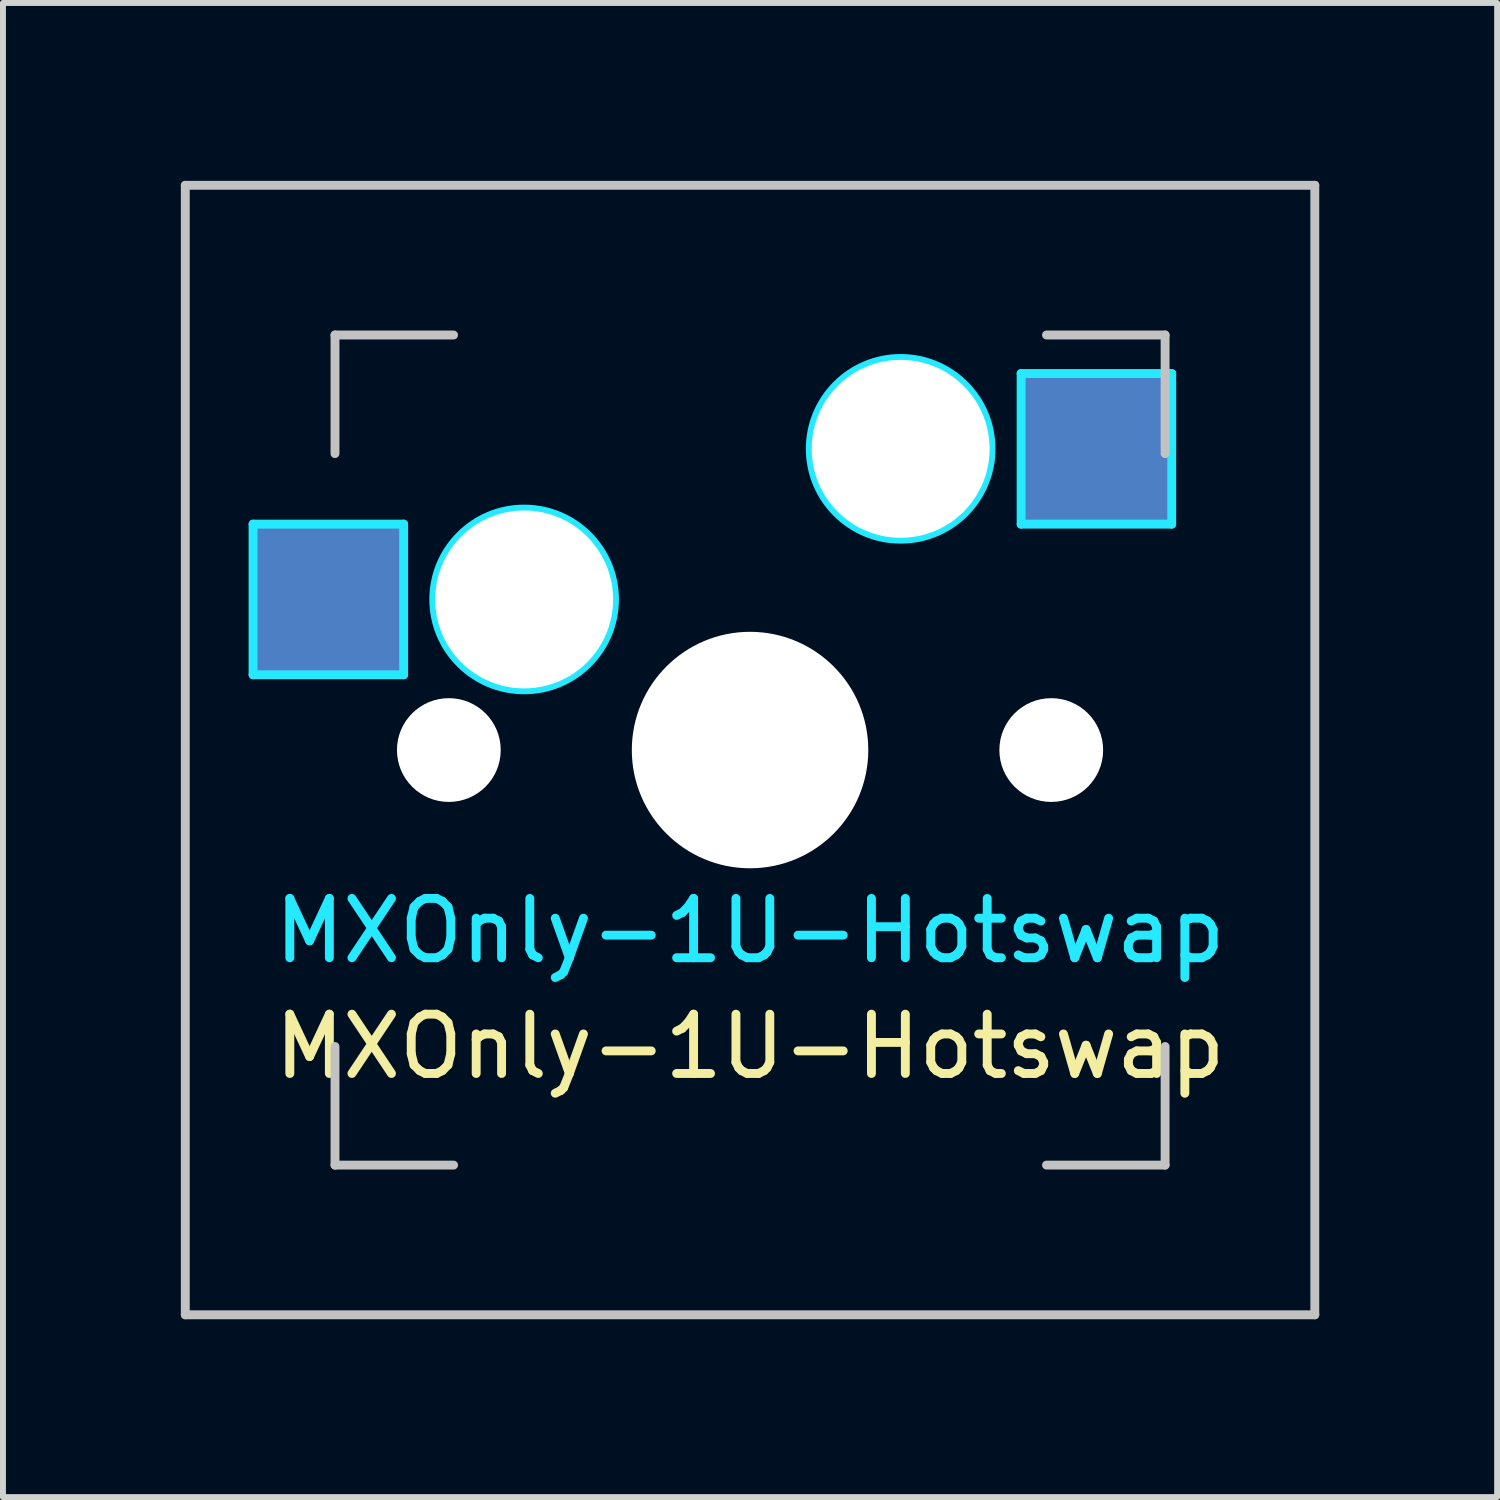
<source format=kicad_pcb>
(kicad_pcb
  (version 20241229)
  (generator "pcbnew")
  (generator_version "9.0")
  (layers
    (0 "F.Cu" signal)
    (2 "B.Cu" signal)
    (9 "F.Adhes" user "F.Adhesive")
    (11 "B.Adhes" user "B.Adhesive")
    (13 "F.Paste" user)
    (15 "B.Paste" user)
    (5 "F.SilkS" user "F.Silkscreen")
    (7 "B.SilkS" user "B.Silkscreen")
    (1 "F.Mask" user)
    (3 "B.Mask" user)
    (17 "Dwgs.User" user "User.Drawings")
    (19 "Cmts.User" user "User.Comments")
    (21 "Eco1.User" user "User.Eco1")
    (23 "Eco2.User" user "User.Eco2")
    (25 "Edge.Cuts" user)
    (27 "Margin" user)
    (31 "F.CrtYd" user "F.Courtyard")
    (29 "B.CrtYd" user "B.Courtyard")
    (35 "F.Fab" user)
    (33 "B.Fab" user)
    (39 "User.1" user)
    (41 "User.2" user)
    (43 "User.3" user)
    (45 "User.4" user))
  (footprint "MXOnly-1U-Hotswap"
    (layer "F.Cu")
    (at 9.6 9.6)
    (property "Reference" "MXOnly-1U-Hotswap" (at 0 3.048 0) (layer "B.CrtYd") (effects (font (size 1 1) (thickness 0.15))))
    (attr smd)
    (fp_line (start -9.525 -9.525) (end 9.525 -9.525) (stroke (width 0.15) (type solid)) (layer "Dwgs.User"))
    (fp_line (start -9.525 9.525) (end -9.525 -9.525) (stroke (width 0.15) (type solid)) (layer "Dwgs.User"))
    (fp_line (start -7 -7) (end -7 -5) (stroke (width 0.15) (type solid)) (layer "Dwgs.User"))
    (fp_line (start -7 5) (end -7 7) (stroke (width 0.15) (type solid)) (layer "Dwgs.User"))
    (fp_line (start -7 7) (end -5 7) (stroke (width 0.15) (type solid)) (layer "Dwgs.User"))
    (fp_line (start -5 -7) (end -7 -7) (stroke (width 0.15) (type solid)) (layer "Dwgs.User"))
    (fp_line (start 5 -7) (end 7 -7) (stroke (width 0.15) (type solid)) (layer "Dwgs.User"))
    (fp_line (start 5 7) (end 7 7) (stroke (width 0.15) (type solid)) (layer "Dwgs.User"))
    (fp_line (start 7 -7) (end 7 -5) (stroke (width 0.15) (type solid)) (layer "Dwgs.User"))
    (fp_line (start 7 7) (end 7 5) (stroke (width 0.15) (type solid)) (layer "Dwgs.User"))
    (fp_line (start 9.525 -9.525) (end 9.525 9.525) (stroke (width 0.15) (type solid)) (layer "Dwgs.User"))
    (fp_line (start 9.525 9.525) (end -9.525 9.525) (stroke (width 0.15) (type solid)) (layer "Dwgs.User"))
    (fp_line (start -8.382 -3.81) (end -8.382 -1.27) (stroke (width 0.15) (type solid)) (layer "B.CrtYd"))
    (fp_line (start -8.382 -1.27) (end -5.842 -1.27) (stroke (width 0.15) (type solid)) (layer "B.CrtYd"))
    (fp_line (start -5.842 -3.81) (end -8.382 -3.81) (stroke (width 0.15) (type solid)) (layer "B.CrtYd"))
    (fp_line (start -5.842 -1.27) (end -5.842 -3.81) (stroke (width 0.15) (type solid)) (layer "B.CrtYd"))
    (fp_line (start 4.572 -6.35) (end 7.112 -6.35) (stroke (width 0.15) (type solid)) (layer "B.CrtYd"))
    (fp_line (start 4.572 -3.81) (end 4.572 -6.35) (stroke (width 0.15) (type solid)) (layer "B.CrtYd"))
    (fp_line (start 7.112 -6.35) (end 7.112 -3.81) (stroke (width 0.15) (type solid)) (layer "B.CrtYd"))
    (fp_line (start 7.112 -3.81) (end 4.572 -3.81) (stroke (width 0.15) (type solid)) (layer "B.CrtYd"))
    (fp_circle (center -3.81 -2.54) (end -3.81 -4.064) (stroke (width 0.15) (type solid)) (fill no) (layer "B.CrtYd"))
    (fp_circle (center 2.54 -5.08) (end 2.54 -6.604) (stroke (width 0.15) (type solid)) (fill no) (layer "B.CrtYd"))
    (fp_text user "${REFERENCE}" (at 0 5 0) (layer "F.SilkS") (effects (font (size 1 1) (thickness 0.15))))
    (pad "" np_thru_hole circle (at -5.08 0 48.1) (size 1.75 1.75) (drill 1.75) (layers "*.Cu" "*.Mask"))
    (pad "" np_thru_hole circle (at -3.81 -2.54) (size 3 3) (drill 3) (layers "*.Cu" "*.Mask"))
    (pad "" np_thru_hole circle (at 0 0) (size 3.988 3.988) (drill 3.988) (layers "*.Cu" "*.Mask"))
    (pad "" np_thru_hole circle (at 2.54 -5.08) (size 3 3) (drill 3) (layers "*.Cu" "*.Mask"))
    (pad "" np_thru_hole circle (at 5.08 0 48.1) (size 1.75 1.75) (drill 1.75) (layers "*.Cu" "*.Mask"))
    (pad "1" smd rect (at -7.085 -2.54) (size 2.55 2.5) (layers "B.Cu" "B.Mask" "B.Paste"))
    (pad "2" smd rect (at 5.842 -5.08) (size 2.55 2.5) (layers "B.Cu" "B.Mask" "B.Paste")))
  (gr_rect
    (start -3 -3)
    (end 22.2 22.2)
    (stroke (width 0.1) (type default))
    (fill no)
    (layer "Edge.Cuts")))
</source>
